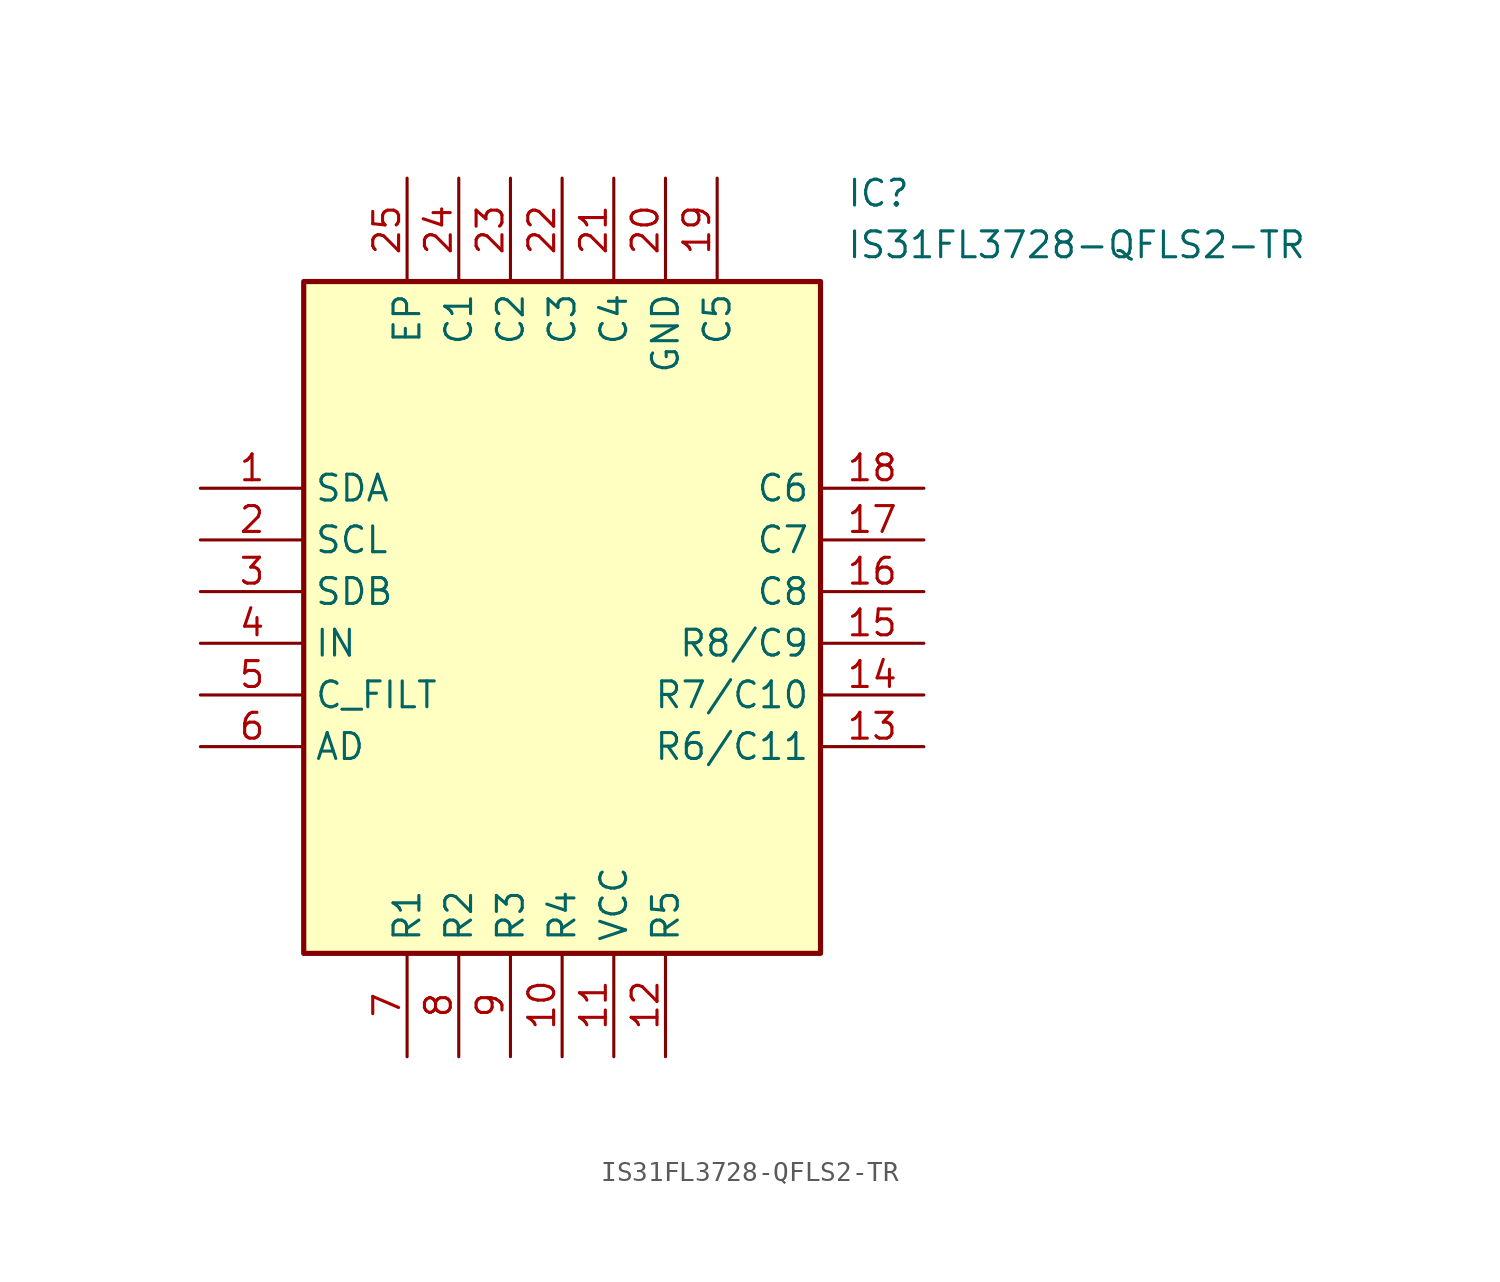
<source format=kicad_sym>
(kicad_symbol_lib
  (version 20211014)
  (generator SamacSys_ECAD_Model)
  (symbol "IS31FL3728-QFLS2-TR"
    (property "Reference" "IC"
      (at 31.75 15.24 0)
      (effects (font (size 1.27 1.27)) (justify left top)))
    (property "Value" "IS31FL3728-QFLS2-TR"
      (at 31.75 12.7 0)
      (effects (font (size 1.27 1.27)) (justify left top)))
    (rectangle
      (start 5.08 10.16)
      (end 30.48 -22.86)
      (stroke (width 0.254) (type default))
      (fill (type background)))
    (pin passive line
      (at 0 0 0)
      (length 5.08)
      (name "SDA" (effects (font (size 1.27 1.27))))
      (number "1" (effects (font (size 1.27 1.27)))))
    (pin passive line
      (at 0 -2.54 0)
      (length 5.08)
      (name "SCL" (effects (font (size 1.27 1.27))))
      (number "2" (effects (font (size 1.27 1.27)))))
    (pin passive line
      (at 0 -5.08 0)
      (length 5.08)
      (name "SDB" (effects (font (size 1.27 1.27))))
      (number "3" (effects (font (size 1.27 1.27)))))
    (pin passive line
      (at 0 -7.62 0)
      (length 5.08)
      (name "IN" (effects (font (size 1.27 1.27))))
      (number "4" (effects (font (size 1.27 1.27)))))
    (pin passive line
      (at 0 -10.16 0)
      (length 5.08)
      (name "C_FILT" (effects (font (size 1.27 1.27))))
      (number "5" (effects (font (size 1.27 1.27)))))
    (pin passive line
      (at 0 -12.7 0)
      (length 5.08)
      (name "AD" (effects (font (size 1.27 1.27))))
      (number "6" (effects (font (size 1.27 1.27)))))
    (pin passive line
      (at 10.16 -27.94 90)
      (length 5.08)
      (name "R1" (effects (font (size 1.27 1.27))))
      (number "7" (effects (font (size 1.27 1.27)))))
    (pin passive line
      (at 12.7 -27.94 90)
      (length 5.08)
      (name "R2" (effects (font (size 1.27 1.27))))
      (number "8" (effects (font (size 1.27 1.27)))))
    (pin passive line
      (at 15.24 -27.94 90)
      (length 5.08)
      (name "R3" (effects (font (size 1.27 1.27))))
      (number "9" (effects (font (size 1.27 1.27)))))
    (pin passive line
      (at 17.78 -27.94 90)
      (length 5.08)
      (name "R4" (effects (font (size 1.27 1.27))))
      (number "10" (effects (font (size 1.27 1.27)))))
    (pin passive line
      (at 20.32 -27.94 90)
      (length 5.08)
      (name "VCC" (effects (font (size 1.27 1.27))))
      (number "11" (effects (font (size 1.27 1.27)))))
    (pin passive line
      (at 22.86 -27.94 90)
      (length 5.08)
      (name "R5" (effects (font (size 1.27 1.27))))
      (number "12" (effects (font (size 1.27 1.27)))))
    (pin passive line
      (at 35.56 0 180)
      (length 5.08)
      (name "C6" (effects (font (size 1.27 1.27))))
      (number "18" (effects (font (size 1.27 1.27)))))
    (pin passive line
      (at 35.56 -2.54 180)
      (length 5.08)
      (name "C7" (effects (font (size 1.27 1.27))))
      (number "17" (effects (font (size 1.27 1.27)))))
    (pin passive line
      (at 35.56 -5.08 180)
      (length 5.08)
      (name "C8" (effects (font (size 1.27 1.27))))
      (number "16" (effects (font (size 1.27 1.27)))))
    (pin passive line
      (at 35.56 -7.62 180)
      (length 5.08)
      (name "R8/C9" (effects (font (size 1.27 1.27))))
      (number "15" (effects (font (size 1.27 1.27)))))
    (pin passive line
      (at 35.56 -10.16 180)
      (length 5.08)
      (name "R7/C10" (effects (font (size 1.27 1.27))))
      (number "14" (effects (font (size 1.27 1.27)))))
    (pin passive line
      (at 35.56 -12.7 180)
      (length 5.08)
      (name "R6/C11" (effects (font (size 1.27 1.27))))
      (number "13" (effects (font (size 1.27 1.27)))))
    (pin passive line
      (at 10.16 15.24 270)
      (length 5.08)
      (name "EP" (effects (font (size 1.27 1.27))))
      (number "25" (effects (font (size 1.27 1.27)))))
    (pin passive line
      (at 12.7 15.24 270)
      (length 5.08)
      (name "C1" (effects (font (size 1.27 1.27))))
      (number "24" (effects (font (size 1.27 1.27)))))
    (pin passive line
      (at 15.24 15.24 270)
      (length 5.08)
      (name "C2" (effects (font (size 1.27 1.27))))
      (number "23" (effects (font (size 1.27 1.27)))))
    (pin passive line
      (at 17.78 15.24 270)
      (length 5.08)
      (name "C3" (effects (font (size 1.27 1.27))))
      (number "22" (effects (font (size 1.27 1.27)))))
    (pin passive line
      (at 20.32 15.24 270)
      (length 5.08)
      (name "C4" (effects (font (size 1.27 1.27))))
      (number "21" (effects (font (size 1.27 1.27)))))
    (pin passive line
      (at 22.86 15.24 270)
      (length 5.08)
      (name "GND" (effects (font (size 1.27 1.27))))
      (number "20" (effects (font (size 1.27 1.27)))))
    (pin passive line
      (at 25.4 15.24 270)
      (length 5.08)
      (name "C5" (effects (font (size 1.27 1.27))))
      (number "19" (effects (font (size 1.27 1.27)))))))
</source>
